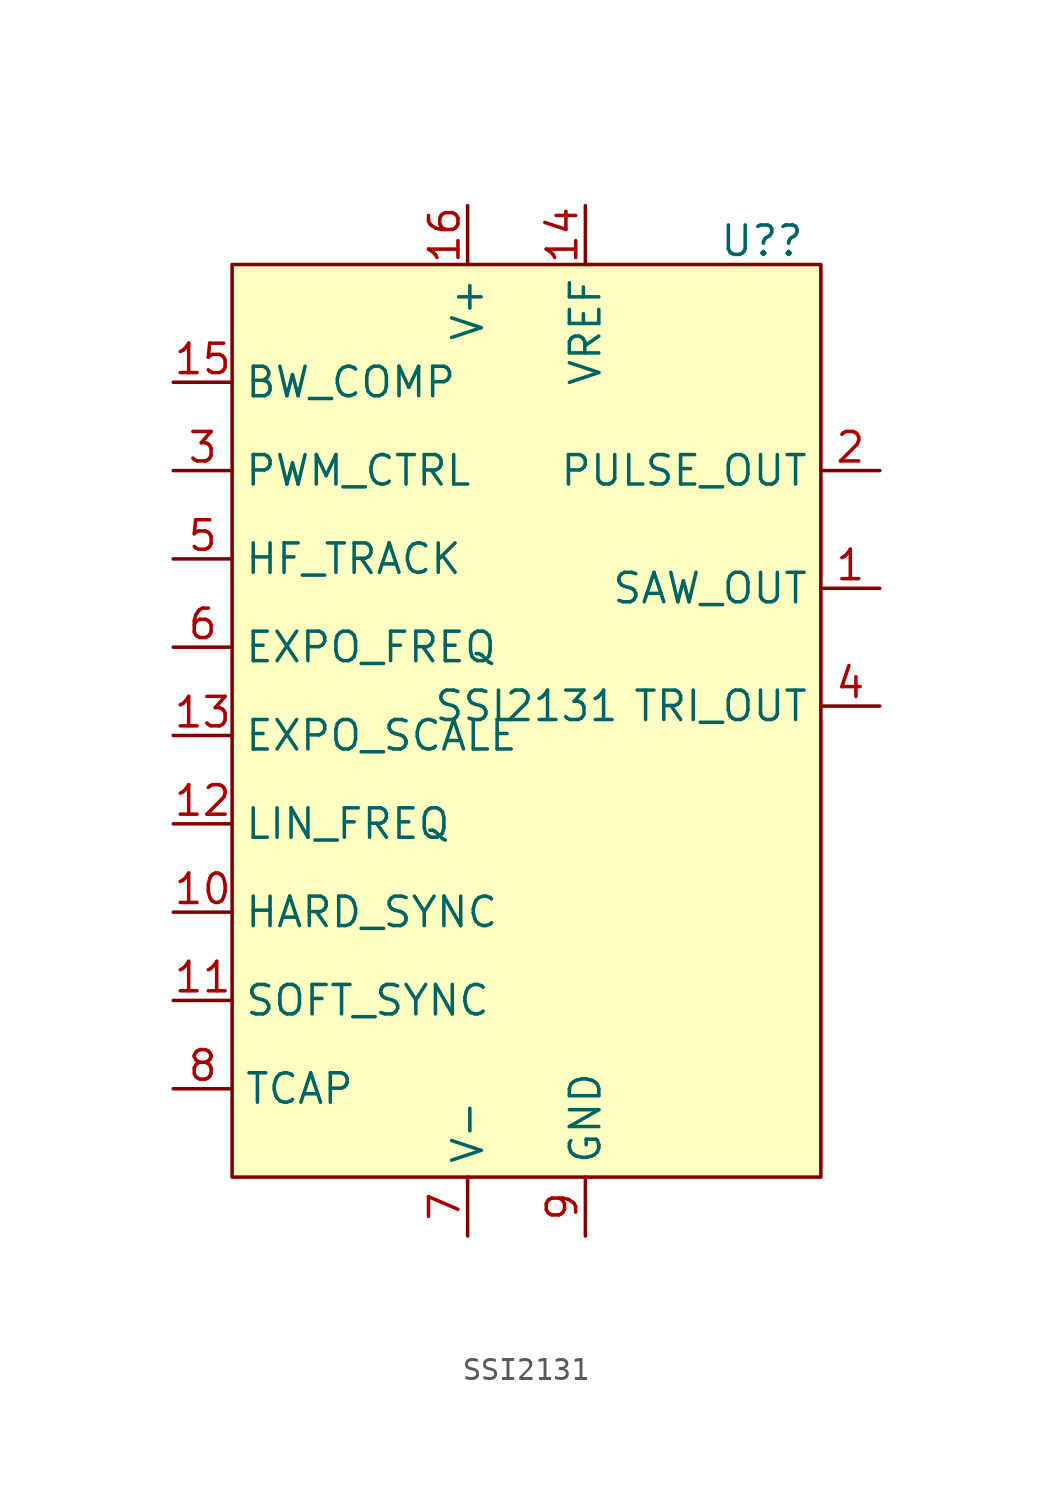
<source format=kicad_sym>
(kicad_symbol_lib
  (version 20231120)
  (generator "kicad_symbol_editor")
  (generator_version "8.0")
  (symbol "SSI2131"
    (property "Reference" "U?"
      (at 10.16 20.066 0)
      (effects (font (size 1.27 1.27))))
    (property "Value" "SSI2131"
      (at 0 0 0)
      (effects (font (size 1.27 1.27))))
    (symbol "SSI2131_0_1"
      (rectangle (start -12.7 19.05) (end 12.7 -20.32) (stroke (width 0) (type default)) (fill (type background))))
    (symbol "SSI2131_1_1"
      (pin output line (at 15.24 5.08 180) (length 2.54) (name "SAW_OUT" (effects (font (size 1.27 1.27)))) (number "1" (effects (font (size 1.27 1.27)))))
      (pin input line (at -15.24 -8.89 0) (length 2.54) (name "HARD_SYNC" (effects (font (size 1.27 1.27)))) (number "10" (effects (font (size 1.27 1.27)))))
      (pin input line (at -15.24 -12.7 0) (length 2.54) (name "SOFT_SYNC" (effects (font (size 1.27 1.27)))) (number "11" (effects (font (size 1.27 1.27)))))
      (pin input line (at -15.24 -5.08 0) (length 2.54) (name "LIN_FREQ" (effects (font (size 1.27 1.27)))) (number "12" (effects (font (size 1.27 1.27)))))
      (pin input line (at -15.24 -1.27 0) (length 2.54) (name "EXPO_SCALE" (effects (font (size 1.27 1.27)))) (number "13" (effects (font (size 1.27 1.27)))))
      (pin power_in line (at 2.54 21.59 270) (length 2.54) (name "VREF" (effects (font (size 1.27 1.27)))) (number "14" (effects (font (size 1.27 1.27)))))
      (pin bidirectional line (at -15.24 13.97 0) (length 2.54) (name "BW_COMP" (effects (font (size 1.27 1.27)))) (number "15" (effects (font (size 1.27 1.27)))))
      (pin power_in line (at -2.54 21.59 270) (length 2.54) (name "V+" (effects (font (size 1.27 1.27)))) (number "16" (effects (font (size 1.27 1.27)))))
      (pin output line (at 15.24 10.16 180) (length 2.54) (name "PULSE_OUT" (effects (font (size 1.27 1.27)))) (number "2" (effects (font (size 1.27 1.27)))))
      (pin input line (at -15.24 10.16 0) (length 2.54) (name "PWM_CTRL" (effects (font (size 1.27 1.27)))) (number "3" (effects (font (size 1.27 1.27)))))
      (pin output line (at 15.24 0 180) (length 2.54) (name "TRI_OUT" (effects (font (size 1.27 1.27)))) (number "4" (effects (font (size 1.27 1.27)))))
      (pin output line (at -15.24 6.35 0) (length 2.54) (name "HF_TRACK" (effects (font (size 1.27 1.27)))) (number "5" (effects (font (size 1.27 1.27)))))
      (pin input line (at -15.24 2.54 0) (length 2.54) (name "EXPO_FREQ" (effects (font (size 1.27 1.27)))) (number "6" (effects (font (size 1.27 1.27)))))
      (pin power_in line (at -2.54 -22.86 90) (length 2.54) (name "V-" (effects (font (size 1.27 1.27)))) (number "7" (effects (font (size 1.27 1.27)))))
      (pin bidirectional line (at -15.24 -16.51 0) (length 2.54) (name "TCAP" (effects (font (size 1.27 1.27)))) (number "8" (effects (font (size 1.27 1.27)))))
      (pin passive line (at 2.54 -22.86 90) (length 2.54) (name "GND" (effects (font (size 1.27 1.27)))) (number "9" (effects (font (size 1.27 1.27))))))))
</source>
